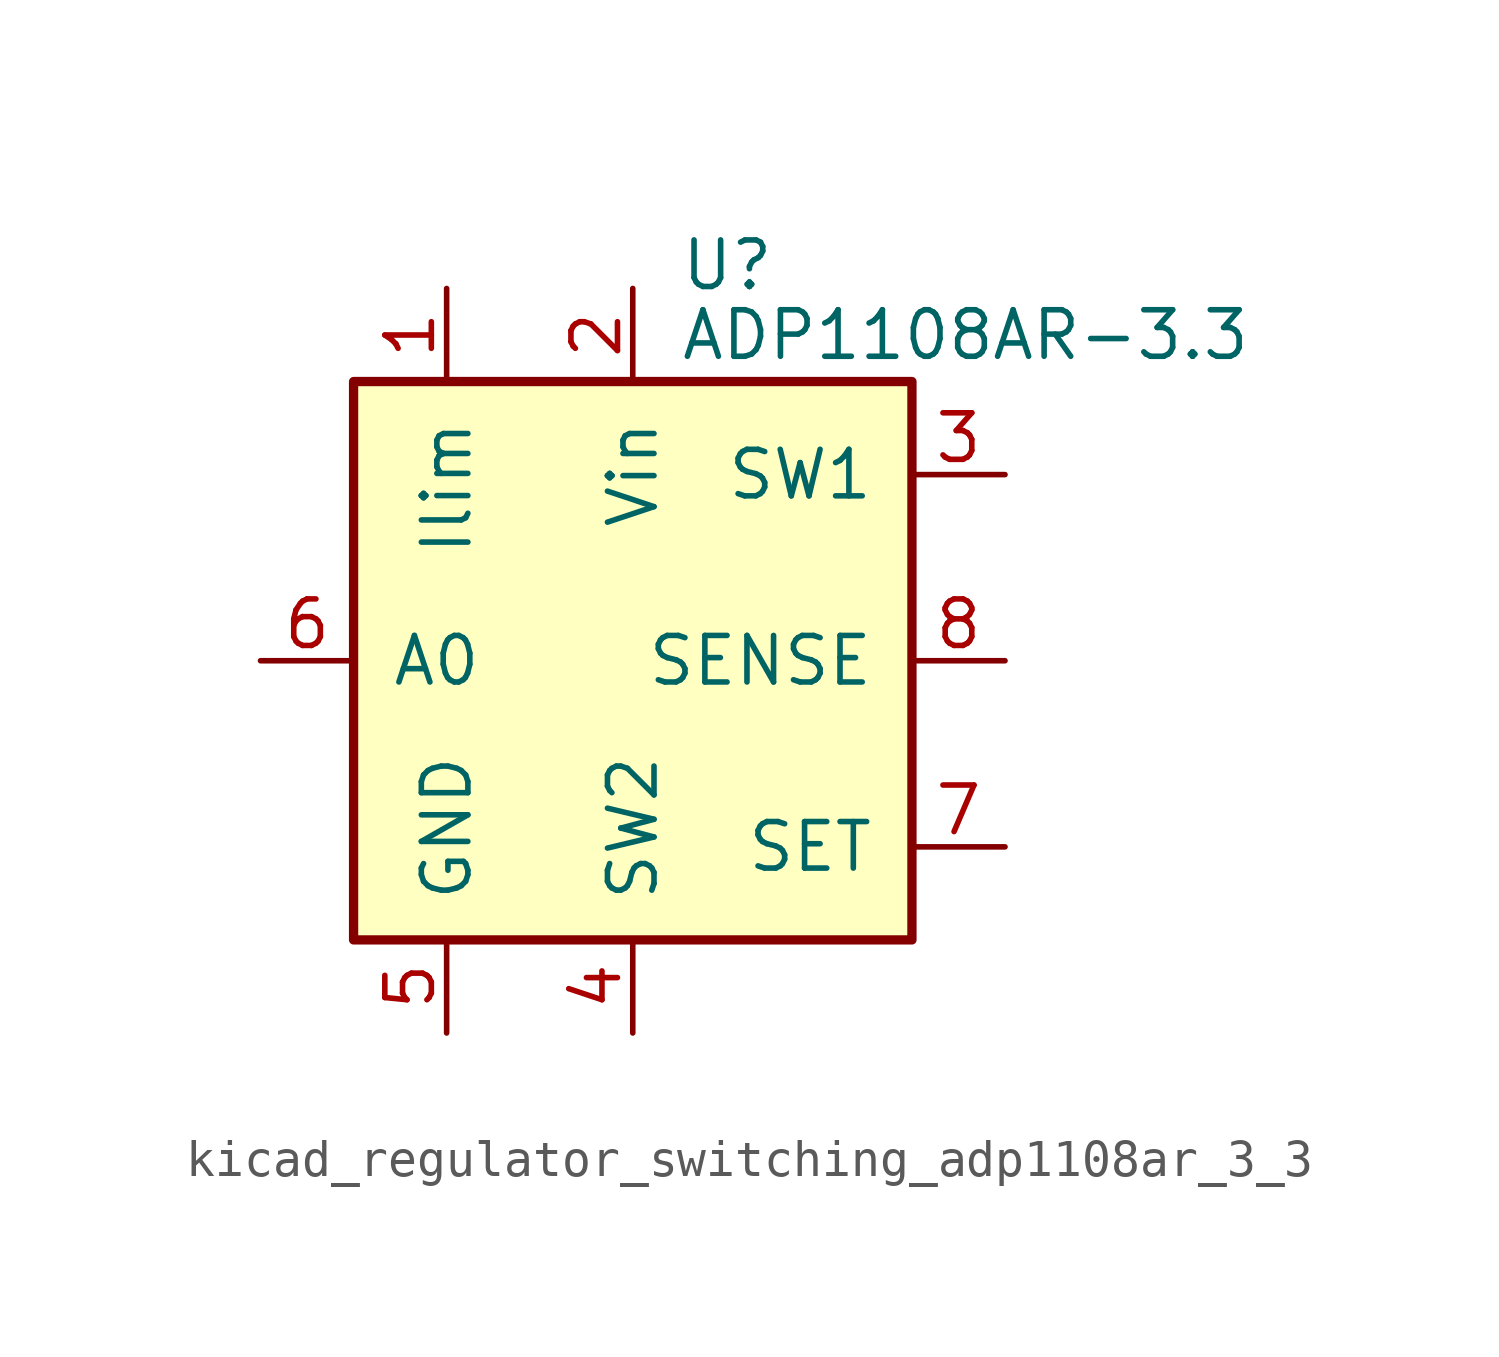
<source format=kicad_sym>
(kicad_symbol_lib
  (version 20220914)
  (generator kicad_symbol_editor)
  (symbol "kicad_regulator_switching_adp1108ar_3_3"
    (pin_names
      (offset 1.016))
    (property "Reference" "U"
      (at 1.27 10.795 0)
      (effects (font (size 1.27 1.27)) (justify left)))
    (property "Value" "ADP1108AR-3.3"
      (at 1.27 8.89 0)
      (effects (font (size 1.27 1.27)) (justify left)))
    (symbol "kicad_regulator_switching_adp1108ar_3_3_0_1"
      (rectangle (start -7.62 7.62) (end 7.62 -7.62) (stroke (width 0.254) (type default)) (fill (type background))))
    (symbol "kicad_regulator_switching_adp1108ar_3_3_1_1"
      (pin input line (at -5.08 10.16 270) (length 2.54) (name "Ilim" (effects (font (size 1.27 1.27)))) (number "1" (effects (font (size 1.27 1.27)))))
      (pin power_in line (at 0 10.16 270) (length 2.54) (name "Vin" (effects (font (size 1.27 1.27)))) (number "2" (effects (font (size 1.27 1.27)))))
      (pin input line (at 10.16 5.08 180) (length 2.54) (name "SW1" (effects (font (size 1.27 1.27)))) (number "3" (effects (font (size 1.27 1.27)))))
      (pin input line (at 0 -10.16 90) (length 2.54) (name "SW2" (effects (font (size 1.27 1.27)))) (number "4" (effects (font (size 1.27 1.27)))))
      (pin power_in line (at -5.08 -10.16 90) (length 2.54) (name "GND" (effects (font (size 1.27 1.27)))) (number "5" (effects (font (size 1.27 1.27)))))
      (pin output line (at -10.16 0 0) (length 2.54) (name "A0" (effects (font (size 1.27 1.27)))) (number "6" (effects (font (size 1.27 1.27)))))
      (pin input line (at 10.16 -5.08 180) (length 2.54) (name "SET" (effects (font (size 1.27 1.27)))) (number "7" (effects (font (size 1.27 1.27)))))
      (pin input line (at 10.16 0 180) (length 2.54) (name "SENSE" (effects (font (size 1.27 1.27)))) (number "8" (effects (font (size 1.27 1.27))))))))
</source>
